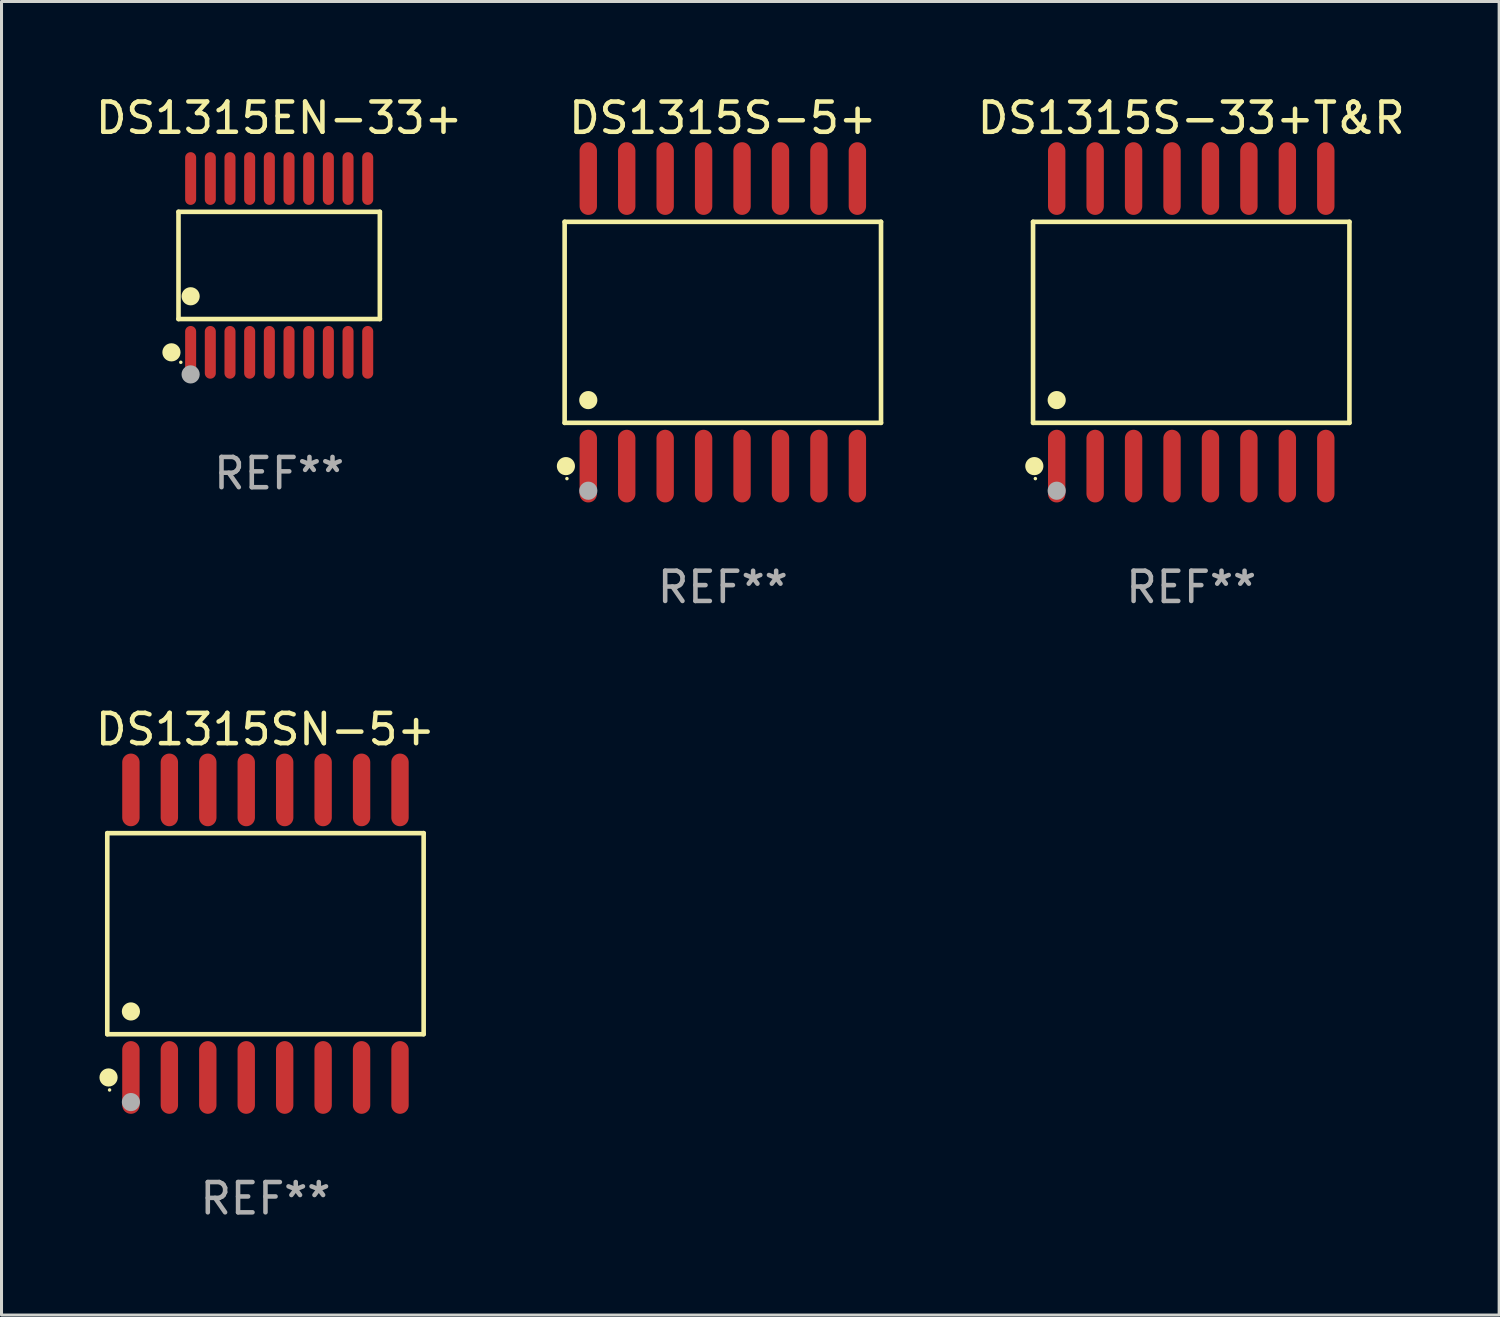
<source format=kicad_pcb>
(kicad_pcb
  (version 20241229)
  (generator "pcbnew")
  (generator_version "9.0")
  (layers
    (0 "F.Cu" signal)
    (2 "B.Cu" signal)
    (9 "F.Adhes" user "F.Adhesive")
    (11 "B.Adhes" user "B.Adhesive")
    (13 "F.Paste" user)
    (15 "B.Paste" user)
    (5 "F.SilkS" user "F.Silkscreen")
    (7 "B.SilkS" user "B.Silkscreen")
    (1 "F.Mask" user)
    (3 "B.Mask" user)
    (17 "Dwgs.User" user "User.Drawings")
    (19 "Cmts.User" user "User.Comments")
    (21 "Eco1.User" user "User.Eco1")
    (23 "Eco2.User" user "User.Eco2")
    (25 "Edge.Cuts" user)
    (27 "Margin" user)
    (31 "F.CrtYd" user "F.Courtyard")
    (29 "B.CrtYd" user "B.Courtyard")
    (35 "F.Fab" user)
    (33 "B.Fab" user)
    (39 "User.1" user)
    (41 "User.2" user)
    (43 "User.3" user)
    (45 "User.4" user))
  (footprint "DS1315EN-33+"
    (layer "F.Cu")
    (at 6.173 5.719)
    (property "Reference" "DS1315EN-33+" (at 0 -4.871 0) (layer "F.SilkS") (effects (font (size 1 1) (thickness 0.15))))
    (attr through_hole)
    (fp_line (start -3.326 -1.771) (end 3.326 -1.771) (stroke (width 0.152) (type solid)) (layer "F.SilkS"))
    (fp_line (start -3.326 1.771) (end -3.326 -1.771) (stroke (width 0.152) (type solid)) (layer "F.SilkS"))
    (fp_line (start 3.326 -1.771) (end 3.326 1.771) (stroke (width 0.152) (type solid)) (layer "F.SilkS"))
    (fp_line (start 3.326 1.771) (end -3.326 1.771) (stroke (width 0.152) (type solid)) (layer "F.SilkS"))
    (fp_circle (center -3.559 2.871) (end -3.409 2.871) (stroke (width 0.3) (type solid)) (fill no) (layer "F.SilkS"))
    (fp_circle (center -3.25 3.2) (end -3.22 3.2) (stroke (width 0.06) (type solid)) (fill no) (layer "F.SilkS"))
    (fp_circle (center -2.925 1.019) (end -2.775 1.019) (stroke (width 0.3) (type solid)) (fill no) (layer "F.SilkS"))
    (fp_circle (center -2.925 3.6) (end -2.775 3.6) (stroke (width 0.3) (type solid)) (fill no) (layer "F.Fab"))
    (fp_text user "REF**" (at 0 6.871 0) (layer "F.Fab") (effects (font (size 1 1) (thickness 0.15))))
    (pad "1" smd oval (at -2.925 2.871) (size 0.364 1.742) (layers "F.Cu" "F.Mask" "F.Paste"))
    (pad "2" smd oval (at -2.275 2.871) (size 0.364 1.742) (layers "F.Cu" "F.Mask" "F.Paste"))
    (pad "3" smd oval (at -1.625 2.871) (size 0.364 1.742) (layers "F.Cu" "F.Mask" "F.Paste"))
    (pad "4" smd oval (at -0.975 2.871) (size 0.364 1.742) (layers "F.Cu" "F.Mask" "F.Paste"))
    (pad "5" smd oval (at -0.325 2.871) (size 0.364 1.742) (layers "F.Cu" "F.Mask" "F.Paste"))
    (pad "6" smd oval (at 0.325 2.871) (size 0.364 1.742) (layers "F.Cu" "F.Mask" "F.Paste"))
    (pad "7" smd oval (at 0.975 2.871) (size 0.364 1.742) (layers "F.Cu" "F.Mask" "F.Paste"))
    (pad "8" smd oval (at 1.625 2.871) (size 0.364 1.742) (layers "F.Cu" "F.Mask" "F.Paste"))
    (pad "9" smd oval (at 2.275 2.871) (size 0.364 1.742) (layers "F.Cu" "F.Mask" "F.Paste"))
    (pad "10" smd oval (at 2.925 2.871) (size 0.364 1.742) (layers "F.Cu" "F.Mask" "F.Paste"))
    (pad "11" smd oval (at 2.925 -2.871) (size 0.364 1.742) (layers "F.Cu" "F.Mask" "F.Paste"))
    (pad "12" smd oval (at 2.275 -2.871) (size 0.364 1.742) (layers "F.Cu" "F.Mask" "F.Paste"))
    (pad "13" smd oval (at 1.625 -2.871) (size 0.364 1.742) (layers "F.Cu" "F.Mask" "F.Paste"))
    (pad "14" smd oval (at 0.975 -2.871) (size 0.364 1.742) (layers "F.Cu" "F.Mask" "F.Paste"))
    (pad "15" smd oval (at 0.325 -2.871) (size 0.364 1.742) (layers "F.Cu" "F.Mask" "F.Paste"))
    (pad "16" smd oval (at -0.325 -2.871) (size 0.364 1.742) (layers "F.Cu" "F.Mask" "F.Paste"))
    (pad "17" smd oval (at -0.975 -2.871) (size 0.364 1.742) (layers "F.Cu" "F.Mask" "F.Paste"))
    (pad "18" smd oval (at -1.625 -2.871) (size 0.364 1.742) (layers "F.Cu" "F.Mask" "F.Paste"))
    (pad "19" smd oval (at -2.275 -2.871) (size 0.364 1.742) (layers "F.Cu" "F.Mask" "F.Paste"))
    (pad "20" smd oval (at -2.925 -2.871) (size 0.364 1.742) (layers "F.Cu" "F.Mask" "F.Paste")))
  (footprint "DS1315SN-5+"
    (layer "F.Cu")
    (at 5.72 27.796)
    (property "Reference" "DS1315SN-5+" (at 0 -6.75 0) (layer "F.SilkS") (effects (font (size 1 1) (thickness 0.15))))
    (attr through_hole)
    (fp_line (start -5.226 -3.321) (end 5.226 -3.321) (stroke (width 0.152) (type solid)) (layer "F.SilkS"))
    (fp_line (start -5.226 3.321) (end -5.226 -3.321) (stroke (width 0.152) (type solid)) (layer "F.SilkS"))
    (fp_line (start 5.226 -3.321) (end 5.226 3.321) (stroke (width 0.152) (type solid)) (layer "F.SilkS"))
    (fp_line (start 5.226 3.321) (end -5.226 3.321) (stroke (width 0.152) (type solid)) (layer "F.SilkS"))
    (fp_circle (center -5.184 4.75) (end -5.034 4.75) (stroke (width 0.3) (type solid)) (fill no) (layer "F.SilkS"))
    (fp_circle (center -5.15 5.163) (end -5.12 5.163) (stroke (width 0.06) (type solid)) (fill no) (layer "F.SilkS"))
    (fp_circle (center -4.445 2.569) (end -4.295 2.569) (stroke (width 0.3) (type solid)) (fill no) (layer "F.SilkS"))
    (fp_circle (center -4.445 5.563) (end -4.295 5.563) (stroke (width 0.3) (type solid)) (fill no) (layer "F.Fab"))
    (fp_text user "REF**" (at 0 8.75 0) (layer "F.Fab") (effects (font (size 1 1) (thickness 0.15))))
    (pad "1" smd oval (at -4.445 4.75) (size 0.574 2.401) (layers "F.Cu" "F.Mask" "F.Paste"))
    (pad "2" smd oval (at -3.175 4.75) (size 0.574 2.401) (layers "F.Cu" "F.Mask" "F.Paste"))
    (pad "3" smd oval (at -1.905 4.75) (size 0.574 2.401) (layers "F.Cu" "F.Mask" "F.Paste"))
    (pad "4" smd oval (at -0.635 4.75) (size 0.574 2.401) (layers "F.Cu" "F.Mask" "F.Paste"))
    (pad "5" smd oval (at 0.635 4.75) (size 0.574 2.401) (layers "F.Cu" "F.Mask" "F.Paste"))
    (pad "6" smd oval (at 1.905 4.75) (size 0.574 2.401) (layers "F.Cu" "F.Mask" "F.Paste"))
    (pad "7" smd oval (at 3.175 4.75) (size 0.574 2.401) (layers "F.Cu" "F.Mask" "F.Paste"))
    (pad "8" smd oval (at 4.445 4.75) (size 0.574 2.401) (layers "F.Cu" "F.Mask" "F.Paste"))
    (pad "9" smd oval (at 4.445 -4.75) (size 0.574 2.401) (layers "F.Cu" "F.Mask" "F.Paste"))
    (pad "10" smd oval (at 3.175 -4.75) (size 0.574 2.401) (layers "F.Cu" "F.Mask" "F.Paste"))
    (pad "11" smd oval (at 1.905 -4.75) (size 0.574 2.401) (layers "F.Cu" "F.Mask" "F.Paste"))
    (pad "12" smd oval (at 0.635 -4.75) (size 0.574 2.401) (layers "F.Cu" "F.Mask" "F.Paste"))
    (pad "13" smd oval (at -0.635 -4.75) (size 0.574 2.401) (layers "F.Cu" "F.Mask" "F.Paste"))
    (pad "14" smd oval (at -1.905 -4.75) (size 0.574 2.401) (layers "F.Cu" "F.Mask" "F.Paste"))
    (pad "15" smd oval (at -3.175 -4.75) (size 0.574 2.401) (layers "F.Cu" "F.Mask" "F.Paste"))
    (pad "16" smd oval (at -4.445 -4.75) (size 0.574 2.401) (layers "F.Cu" "F.Mask" "F.Paste")))
  (footprint "DS1315S-5+"
    (layer "F.Cu")
    (at 20.83 7.599)
    (property "Reference" "DS1315S-5+" (at 0 -6.75 0) (layer "F.SilkS") (effects (font (size 1 1) (thickness 0.15))))
    (attr through_hole)
    (fp_line (start -5.226 -3.321) (end 5.226 -3.321) (stroke (width 0.152) (type solid)) (layer "F.SilkS"))
    (fp_line (start -5.226 3.321) (end -5.226 -3.321) (stroke (width 0.152) (type solid)) (layer "F.SilkS"))
    (fp_line (start 5.226 -3.321) (end 5.226 3.321) (stroke (width 0.152) (type solid)) (layer "F.SilkS"))
    (fp_line (start 5.226 3.321) (end -5.226 3.321) (stroke (width 0.152) (type solid)) (layer "F.SilkS"))
    (fp_circle (center -5.184 4.75) (end -5.034 4.75) (stroke (width 0.3) (type solid)) (fill no) (layer "F.SilkS"))
    (fp_circle (center -5.15 5.163) (end -5.12 5.163) (stroke (width 0.06) (type solid)) (fill no) (layer "F.SilkS"))
    (fp_circle (center -4.445 2.569) (end -4.295 2.569) (stroke (width 0.3) (type solid)) (fill no) (layer "F.SilkS"))
    (fp_circle (center -4.445 5.563) (end -4.295 5.563) (stroke (width 0.3) (type solid)) (fill no) (layer "F.Fab"))
    (fp_text user "REF**" (at 0 8.75 0) (layer "F.Fab") (effects (font (size 1 1) (thickness 0.15))))
    (pad "1" smd oval (at -4.445 4.75) (size 0.574 2.401) (layers "F.Cu" "F.Mask" "F.Paste"))
    (pad "2" smd oval (at -3.175 4.75) (size 0.574 2.401) (layers "F.Cu" "F.Mask" "F.Paste"))
    (pad "3" smd oval (at -1.905 4.75) (size 0.574 2.401) (layers "F.Cu" "F.Mask" "F.Paste"))
    (pad "4" smd oval (at -0.635 4.75) (size 0.574 2.401) (layers "F.Cu" "F.Mask" "F.Paste"))
    (pad "5" smd oval (at 0.635 4.75) (size 0.574 2.401) (layers "F.Cu" "F.Mask" "F.Paste"))
    (pad "6" smd oval (at 1.905 4.75) (size 0.574 2.401) (layers "F.Cu" "F.Mask" "F.Paste"))
    (pad "7" smd oval (at 3.175 4.75) (size 0.574 2.401) (layers "F.Cu" "F.Mask" "F.Paste"))
    (pad "8" smd oval (at 4.445 4.75) (size 0.574 2.401) (layers "F.Cu" "F.Mask" "F.Paste"))
    (pad "9" smd oval (at 4.445 -4.75) (size 0.574 2.401) (layers "F.Cu" "F.Mask" "F.Paste"))
    (pad "10" smd oval (at 3.175 -4.75) (size 0.574 2.401) (layers "F.Cu" "F.Mask" "F.Paste"))
    (pad "11" smd oval (at 1.905 -4.75) (size 0.574 2.401) (layers "F.Cu" "F.Mask" "F.Paste"))
    (pad "12" smd oval (at 0.635 -4.75) (size 0.574 2.401) (layers "F.Cu" "F.Mask" "F.Paste"))
    (pad "13" smd oval (at -0.635 -4.75) (size 0.574 2.401) (layers "F.Cu" "F.Mask" "F.Paste"))
    (pad "14" smd oval (at -1.905 -4.75) (size 0.574 2.401) (layers "F.Cu" "F.Mask" "F.Paste"))
    (pad "15" smd oval (at -3.175 -4.75) (size 0.574 2.401) (layers "F.Cu" "F.Mask" "F.Paste"))
    (pad "16" smd oval (at -4.445 -4.75) (size 0.574 2.401) (layers "F.Cu" "F.Mask" "F.Paste")))
  (footprint "DS1315S-33+T&R"
    (layer "F.Cu")
    (at 36.305 7.599)
    (property "Reference" "DS1315S-33+T&R" (at 0 -6.75 0) (layer "F.SilkS") (effects (font (size 1 1) (thickness 0.15))))
    (attr through_hole)
    (fp_line (start -5.226 -3.321) (end 5.226 -3.321) (stroke (width 0.152) (type solid)) (layer "F.SilkS"))
    (fp_line (start -5.226 3.321) (end -5.226 -3.321) (stroke (width 0.152) (type solid)) (layer "F.SilkS"))
    (fp_line (start 5.226 -3.321) (end 5.226 3.321) (stroke (width 0.152) (type solid)) (layer "F.SilkS"))
    (fp_line (start 5.226 3.321) (end -5.226 3.321) (stroke (width 0.152) (type solid)) (layer "F.SilkS"))
    (fp_circle (center -5.184 4.75) (end -5.034 4.75) (stroke (width 0.3) (type solid)) (fill no) (layer "F.SilkS"))
    (fp_circle (center -5.15 5.163) (end -5.12 5.163) (stroke (width 0.06) (type solid)) (fill no) (layer "F.SilkS"))
    (fp_circle (center -4.445 2.569) (end -4.295 2.569) (stroke (width 0.3) (type solid)) (fill no) (layer "F.SilkS"))
    (fp_circle (center -4.445 5.563) (end -4.295 5.563) (stroke (width 0.3) (type solid)) (fill no) (layer "F.Fab"))
    (fp_text user "REF**" (at 0 8.75 0) (layer "F.Fab") (effects (font (size 1 1) (thickness 0.15))))
    (pad "1" smd oval (at -4.445 4.75) (size 0.574 2.401) (layers "F.Cu" "F.Mask" "F.Paste"))
    (pad "2" smd oval (at -3.175 4.75) (size 0.574 2.401) (layers "F.Cu" "F.Mask" "F.Paste"))
    (pad "3" smd oval (at -1.905 4.75) (size 0.574 2.401) (layers "F.Cu" "F.Mask" "F.Paste"))
    (pad "4" smd oval (at -0.635 4.75) (size 0.574 2.401) (layers "F.Cu" "F.Mask" "F.Paste"))
    (pad "5" smd oval (at 0.635 4.75) (size 0.574 2.401) (layers "F.Cu" "F.Mask" "F.Paste"))
    (pad "6" smd oval (at 1.905 4.75) (size 0.574 2.401) (layers "F.Cu" "F.Mask" "F.Paste"))
    (pad "7" smd oval (at 3.175 4.75) (size 0.574 2.401) (layers "F.Cu" "F.Mask" "F.Paste"))
    (pad "8" smd oval (at 4.445 4.75) (size 0.574 2.401) (layers "F.Cu" "F.Mask" "F.Paste"))
    (pad "9" smd oval (at 4.445 -4.75) (size 0.574 2.401) (layers "F.Cu" "F.Mask" "F.Paste"))
    (pad "10" smd oval (at 3.175 -4.75) (size 0.574 2.401) (layers "F.Cu" "F.Mask" "F.Paste"))
    (pad "11" smd oval (at 1.905 -4.75) (size 0.574 2.401) (layers "F.Cu" "F.Mask" "F.Paste"))
    (pad "12" smd oval (at 0.635 -4.75) (size 0.574 2.401) (layers "F.Cu" "F.Mask" "F.Paste"))
    (pad "13" smd oval (at -0.635 -4.75) (size 0.574 2.401) (layers "F.Cu" "F.Mask" "F.Paste"))
    (pad "14" smd oval (at -1.905 -4.75) (size 0.574 2.401) (layers "F.Cu" "F.Mask" "F.Paste"))
    (pad "15" smd oval (at -3.175 -4.75) (size 0.574 2.401) (layers "F.Cu" "F.Mask" "F.Paste"))
    (pad "16" smd oval (at -4.445 -4.75) (size 0.574 2.401) (layers "F.Cu" "F.Mask" "F.Paste")))
  (gr_rect
    (start -3 -3)
    (end 46.477 40.394)
    (stroke (width 0.1) (type default))
    (fill no)
    (layer "Edge.Cuts")))
</source>
